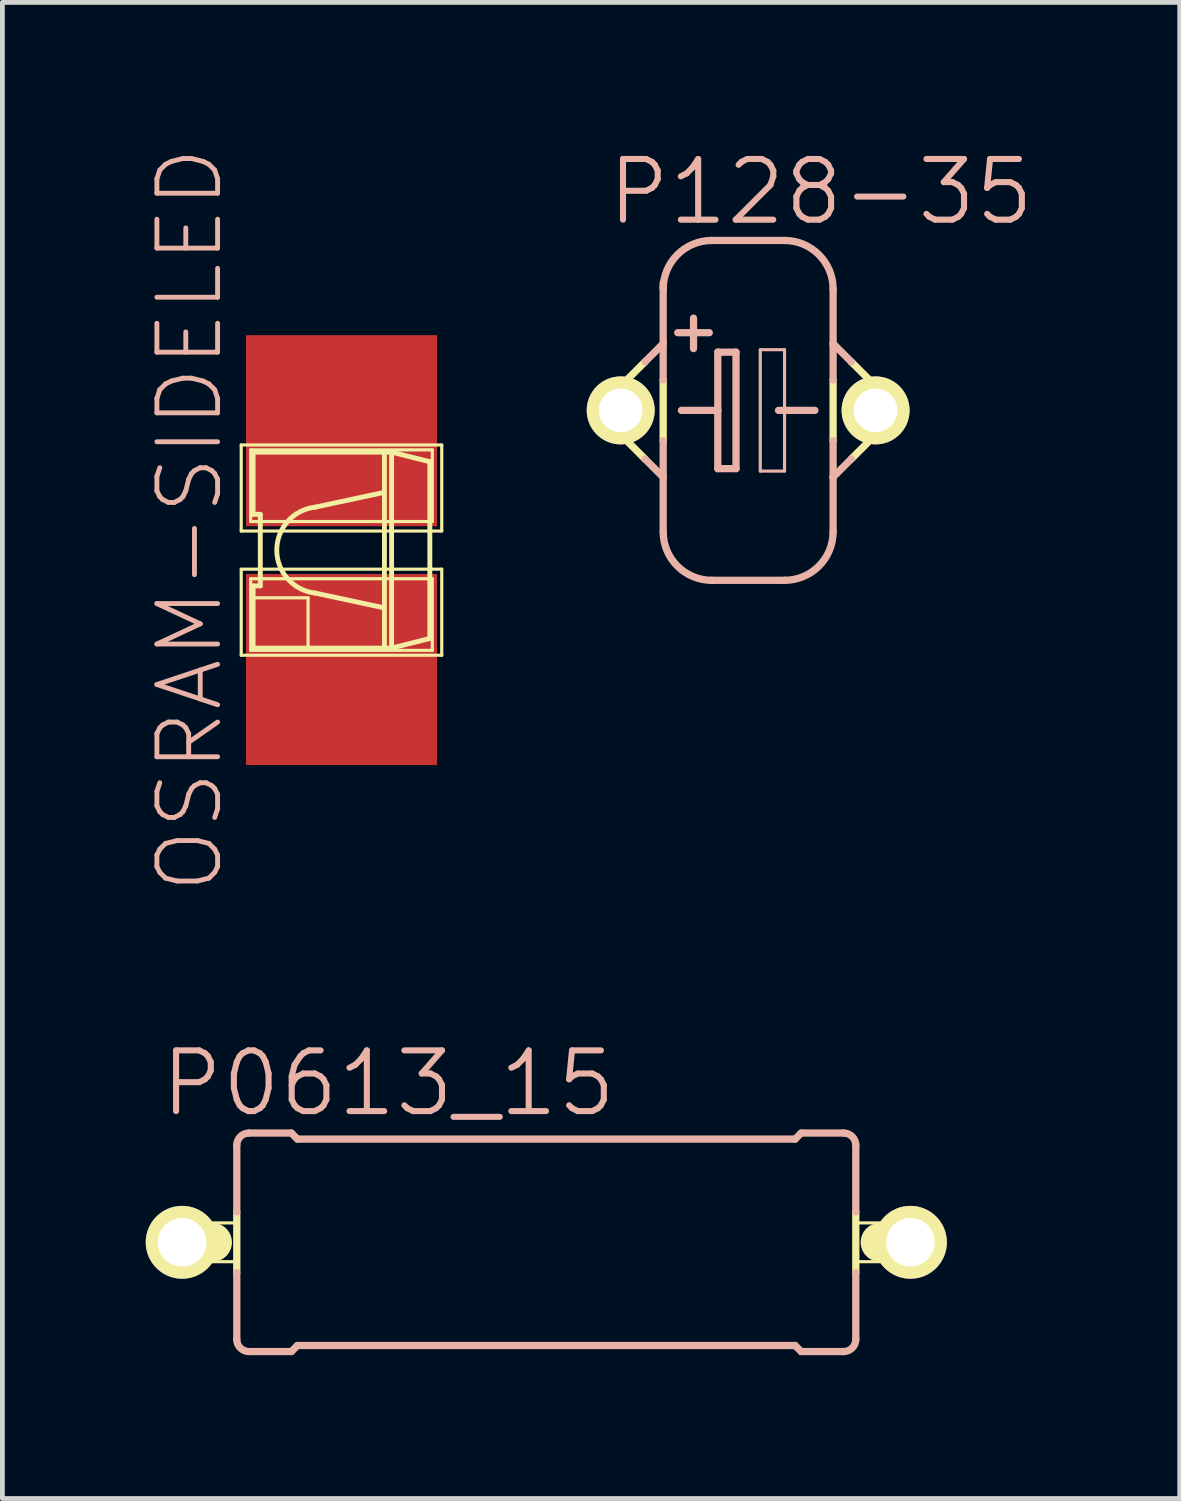
<source format=kicad_pcb>
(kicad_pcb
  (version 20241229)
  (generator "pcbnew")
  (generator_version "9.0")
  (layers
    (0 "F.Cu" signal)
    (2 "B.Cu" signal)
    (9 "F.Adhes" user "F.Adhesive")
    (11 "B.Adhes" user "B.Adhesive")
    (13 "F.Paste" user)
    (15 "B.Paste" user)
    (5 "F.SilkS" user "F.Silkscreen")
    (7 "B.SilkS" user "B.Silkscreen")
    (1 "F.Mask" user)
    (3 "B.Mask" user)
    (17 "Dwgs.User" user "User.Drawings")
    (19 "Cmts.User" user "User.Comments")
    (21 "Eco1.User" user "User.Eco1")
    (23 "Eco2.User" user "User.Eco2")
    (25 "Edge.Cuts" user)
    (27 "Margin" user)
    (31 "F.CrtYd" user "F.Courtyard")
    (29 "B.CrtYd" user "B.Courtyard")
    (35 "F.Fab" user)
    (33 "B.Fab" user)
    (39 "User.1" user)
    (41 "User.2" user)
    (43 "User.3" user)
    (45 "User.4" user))
  (footprint "P0613_15"
    (layer "F.Cu")
    (at 8.382 22.947)
    (property "Reference" "P0613_15" (at -3.302 -3.327 0) (layer "B.SilkS") (effects (font (size 1.27 1.27) (thickness 0.127))))
    (attr exclude_from_pos_files exclude_from_bom)
    (fp_line (start -7.62 0) (end -6.985 0) (stroke (width 0.813) (type solid)) (layer "F.SilkS"))
    (fp_line (start -7.036 -0.406) (end -6.477 -0.406) (stroke (width 0.066) (type solid)) (layer "F.SilkS"))
    (fp_line (start -7.036 0.406) (end -7.036 -0.406) (stroke (width 0.066) (type solid)) (layer "F.SilkS"))
    (fp_line (start -7.036 0.406) (end -6.477 0.406) (stroke (width 0.066) (type solid)) (layer "F.SilkS"))
    (fp_line (start -6.477 -0.635) (end -6.477 0.635) (stroke (width 0.152) (type solid)) (layer "F.SilkS"))
    (fp_line (start -6.477 0.406) (end -6.477 -0.406) (stroke (width 0.066) (type solid)) (layer "F.SilkS"))
    (fp_line (start 6.477 -0.406) (end 7.036 -0.406) (stroke (width 0.066) (type solid)) (layer "F.SilkS"))
    (fp_line (start 6.477 0.406) (end 6.477 -0.406) (stroke (width 0.066) (type solid)) (layer "F.SilkS"))
    (fp_line (start 6.477 0.406) (end 7.036 0.406) (stroke (width 0.066) (type solid)) (layer "F.SilkS"))
    (fp_line (start 6.477 0.635) (end 6.477 -0.635) (stroke (width 0.152) (type solid)) (layer "F.SilkS"))
    (fp_line (start 7.036 0.406) (end 7.036 -0.406) (stroke (width 0.066) (type solid)) (layer "F.SilkS"))
    (fp_line (start 7.62 0) (end 6.985 0) (stroke (width 0.813) (type solid)) (layer "F.SilkS"))
    (fp_line (start -6.477 -0.635) (end -6.477 -2.032) (stroke (width 0.152) (type solid)) (layer "B.SilkS"))
    (fp_line (start -6.477 2.032) (end -6.477 0.635) (stroke (width 0.152) (type solid)) (layer "B.SilkS"))
    (fp_line (start -6.223 -2.286) (end -5.334 -2.286) (stroke (width 0.152) (type solid)) (layer "B.SilkS"))
    (fp_line (start -6.223 2.286) (end -5.334 2.286) (stroke (width 0.152) (type solid)) (layer "B.SilkS"))
    (fp_line (start -5.207 -2.159) (end -5.334 -2.286) (stroke (width 0.152) (type solid)) (layer "B.SilkS"))
    (fp_line (start -5.207 2.159) (end -5.334 2.286) (stroke (width 0.152) (type solid)) (layer "B.SilkS"))
    (fp_line (start 5.207 -2.159) (end -5.207 -2.159) (stroke (width 0.152) (type solid)) (layer "B.SilkS"))
    (fp_line (start 5.207 -2.159) (end 5.334 -2.286) (stroke (width 0.152) (type solid)) (layer "B.SilkS"))
    (fp_line (start 5.207 2.159) (end -5.207 2.159) (stroke (width 0.152) (type solid)) (layer "B.SilkS"))
    (fp_line (start 5.207 2.159) (end 5.334 2.286) (stroke (width 0.152) (type solid)) (layer "B.SilkS"))
    (fp_line (start 6.223 -2.286) (end 5.334 -2.286) (stroke (width 0.152) (type solid)) (layer "B.SilkS"))
    (fp_line (start 6.223 2.286) (end 5.334 2.286) (stroke (width 0.152) (type solid)) (layer "B.SilkS"))
    (fp_line (start 6.477 -2.032) (end 6.477 -0.635) (stroke (width 0.152) (type solid)) (layer "B.SilkS"))
    (fp_line (start 6.477 0.635) (end 6.477 2.032) (stroke (width 0.152) (type solid)) (layer "B.SilkS"))
    (fp_arc (start -6.477 -2.032) (mid -6.402605 -2.211605) (end -6.223 -2.286) (stroke (width 0.1524) (type solid)) (layer "B.SilkS"))
    (fp_arc (start -6.223 2.286) (mid -6.402605 2.211605) (end -6.477 2.032) (stroke (width 0.1524) (type solid)) (layer "B.SilkS"))
    (fp_arc (start 6.223 -2.286) (mid 6.402605 -2.211605) (end 6.477 -2.032) (stroke (width 0.1524) (type solid)) (layer "B.SilkS"))
    (fp_arc (start 6.477 2.032) (mid 6.402605 2.211605) (end 6.223 2.286) (stroke (width 0.1524) (type solid)) (layer "B.SilkS"))
    (pad "1" thru_hole circle (at -7.62 0) (size 1.524 1.524) (drill 1.016) (layers "*.Cu" "F.Mask" "F.SilkS" "F.Paste"))
    (pad "2" thru_hole circle (at 7.62 0) (size 1.524 1.524) (drill 1.016) (layers "*.Cu" "F.Mask" "F.SilkS" "F.Paste")))
  (footprint "P128-35"
    (layer "F.Cu")
    (at 12.606 5.538)
    (property "Reference" "P128-35" (at 1.524 -4.572 0) (layer "B.SilkS") (effects (font (size 1.27 1.27) (thickness 0.127))))
    (attr exclude_from_pos_files exclude_from_bom)
    (fp_line (start -2.667 -0.508) (end -2.159 -1.016) (stroke (width 0.152) (type solid)) (layer "F.SilkS"))
    (fp_line (start -2.159 1.016) (end -2.667 0.508) (stroke (width 0.152) (type solid)) (layer "F.SilkS"))
    (fp_line (start -1.778 -0.635) (end -1.778 0.635) (stroke (width 0.152) (type solid)) (layer "F.SilkS"))
    (fp_line (start 1.778 -0.635) (end 1.778 0.635) (stroke (width 0.152) (type solid)) (layer "F.SilkS"))
    (fp_line (start 2.159 1.016) (end 2.667 0.508) (stroke (width 0.152) (type solid)) (layer "F.SilkS"))
    (fp_line (start 2.667 -0.508) (end 2.159 -1.016) (stroke (width 0.152) (type solid)) (layer "F.SilkS"))
    (fp_arc (start -2.667 0.508) (mid -3.175 0) (end -2.667 -0.508) (stroke (width 0.1524) (type solid)) (layer "F.SilkS"))
    (fp_arc (start 2.667 -0.508) (mid 3.175 0) (end 2.667 0.508) (stroke (width 0.1524) (type solid)) (layer "F.SilkS"))
    (fp_line (start -2.159 -1.016) (end -1.778 -1.397) (stroke (width 0.152) (type solid)) (layer "B.SilkS"))
    (fp_line (start -1.778 -2.667) (end -1.778 -1.397) (stroke (width 0.152) (type solid)) (layer "B.SilkS"))
    (fp_line (start -1.778 -1.397) (end -1.778 -0.635) (stroke (width 0.152) (type solid)) (layer "B.SilkS"))
    (fp_line (start -1.778 0.635) (end -1.778 1.397) (stroke (width 0.152) (type solid)) (layer "B.SilkS"))
    (fp_line (start -1.778 1.397) (end -2.159 1.016) (stroke (width 0.152) (type solid)) (layer "B.SilkS"))
    (fp_line (start -1.778 1.397) (end -1.778 2.54) (stroke (width 0.152) (type solid)) (layer "B.SilkS"))
    (fp_line (start -1.397 0) (end -0.635 0) (stroke (width 0.152) (type solid)) (layer "B.SilkS"))
    (fp_line (start -1.143 -1.93) (end -1.143 -1.293) (stroke (width 0.152) (type solid)) (layer "B.SilkS"))
    (fp_line (start -0.813 -1.626) (end -1.473 -1.626) (stroke (width 0.152) (type solid)) (layer "B.SilkS"))
    (fp_line (start -0.762 3.556) (end 0.762 3.556) (stroke (width 0.152) (type solid)) (layer "B.SilkS"))
    (fp_line (start -0.635 -1.219) (end -0.635 0) (stroke (width 0.152) (type solid)) (layer "B.SilkS"))
    (fp_line (start -0.635 0) (end -0.635 1.219) (stroke (width 0.152) (type solid)) (layer "B.SilkS"))
    (fp_line (start -0.635 1.219) (end -0.254 1.219) (stroke (width 0.152) (type solid)) (layer "B.SilkS"))
    (fp_line (start -0.254 -1.219) (end -0.635 -1.219) (stroke (width 0.152) (type solid)) (layer "B.SilkS"))
    (fp_line (start -0.254 1.219) (end -0.254 -1.219) (stroke (width 0.152) (type solid)) (layer "B.SilkS"))
    (fp_line (start 0.254 -1.27) (end 0.762 -1.27) (stroke (width 0.066) (type solid)) (layer "B.SilkS"))
    (fp_line (start 0.254 1.27) (end 0.254 -1.27) (stroke (width 0.066) (type solid)) (layer "B.SilkS"))
    (fp_line (start 0.254 1.27) (end 0.762 1.27) (stroke (width 0.066) (type solid)) (layer "B.SilkS"))
    (fp_line (start 0.635 0) (end 1.397 0) (stroke (width 0.152) (type solid)) (layer "B.SilkS"))
    (fp_line (start 0.762 -3.556) (end -0.762 -3.556) (stroke (width 0.152) (type solid)) (layer "B.SilkS"))
    (fp_line (start 0.762 1.27) (end 0.762 -1.27) (stroke (width 0.066) (type solid)) (layer "B.SilkS"))
    (fp_line (start 1.778 -2.54) (end 1.778 -1.397) (stroke (width 0.152) (type solid)) (layer "B.SilkS"))
    (fp_line (start 1.778 -1.397) (end 1.778 -0.635) (stroke (width 0.152) (type solid)) (layer "B.SilkS"))
    (fp_line (start 1.778 0.635) (end 1.778 1.397) (stroke (width 0.152) (type solid)) (layer "B.SilkS"))
    (fp_line (start 1.778 1.397) (end 1.778 2.54) (stroke (width 0.152) (type solid)) (layer "B.SilkS"))
    (fp_line (start 1.778 1.397) (end 2.159 1.016) (stroke (width 0.152) (type solid)) (layer "B.SilkS"))
    (fp_line (start 2.159 -1.016) (end 1.778 -1.397) (stroke (width 0.152) (type solid)) (layer "B.SilkS"))
    (fp_arc (start -1.778 -2.54) (mid -1.48042 -3.25842) (end -0.762 -3.556) (stroke (width 0.1524) (type solid)) (layer "B.SilkS"))
    (fp_arc (start -0.762 3.556) (mid -1.48042 3.25842) (end -1.778 2.54) (stroke (width 0.1524) (type solid)) (layer "B.SilkS"))
    (fp_arc (start 0.762 -3.556) (mid 1.48042 -3.25842) (end 1.778 -2.54) (stroke (width 0.1524) (type solid)) (layer "B.SilkS"))
    (fp_arc (start 1.778 2.54) (mid 1.48042 3.25842) (end 0.762 3.556) (stroke (width 0.1524) (type solid)) (layer "B.SilkS"))
    (pad "+" thru_hole circle (at -2.667 0) (size 1.422 1.422) (drill 0.914) (layers "*.Cu" "F.Mask" "F.SilkS" "F.Paste"))
    (pad "-" thru_hole circle (at 2.667 0) (size 1.422 1.422) (drill 0.914) (layers "*.Cu" "F.Mask" "F.SilkS" "F.Paste")))
  (footprint "OSRAM-SIDELED"
    (layer "F.Cu")
    (at 4.096 8.462)
    (property "Reference" "OSRAM-SIDELED" (at -3.175 -0.635 90) (layer "B.SilkS") (effects (font (size 1.27 1.27) (thickness 0.102))))
    (attr smd)
    (fp_line (start -2.098 -2.2) (end 2.098 -2.2) (stroke (width 0.066) (type solid)) (layer "F.SilkS"))
    (fp_line (start -2.098 -0.399) (end -2.098 -2.2) (stroke (width 0.066) (type solid)) (layer "F.SilkS"))
    (fp_line (start -2.098 -0.399) (end 2.098 -0.399) (stroke (width 0.066) (type solid)) (layer "F.SilkS"))
    (fp_line (start -2.098 0.399) (end 2.098 0.399) (stroke (width 0.066) (type solid)) (layer "F.SilkS"))
    (fp_line (start -2.098 2.2) (end -2.098 0.399) (stroke (width 0.066) (type solid)) (layer "F.SilkS"))
    (fp_line (start -2.098 2.2) (end 2.098 2.2) (stroke (width 0.066) (type solid)) (layer "F.SilkS"))
    (fp_line (start -1.9 -2.098) (end 1.9 -2.098) (stroke (width 0.066) (type solid)) (layer "F.SilkS"))
    (fp_line (start -1.9 -0.599) (end -1.9 -2.098) (stroke (width 0.066) (type solid)) (layer "F.SilkS"))
    (fp_line (start -1.9 -0.599) (end 1.9 -0.599) (stroke (width 0.066) (type solid)) (layer "F.SilkS"))
    (fp_line (start -1.9 0.599) (end 1.9 0.599) (stroke (width 0.066) (type solid)) (layer "F.SilkS"))
    (fp_line (start -1.9 2.098) (end -1.9 0.599) (stroke (width 0.066) (type solid)) (layer "F.SilkS"))
    (fp_line (start -1.9 2.098) (end 1.9 2.098) (stroke (width 0.066) (type solid)) (layer "F.SilkS"))
    (fp_line (start -1.849 -2.05) (end 0.899 -2.05) (stroke (width 0.102) (type solid)) (layer "F.SilkS"))
    (fp_line (start -1.849 -0.749) (end -1.849 -2.05) (stroke (width 0.102) (type solid)) (layer "F.SilkS"))
    (fp_line (start -1.849 0.749) (end -1.699 0.749) (stroke (width 0.102) (type solid)) (layer "F.SilkS"))
    (fp_line (start -1.849 0.998) (end -0.699 0.998) (stroke (width 0.066) (type solid)) (layer "F.SilkS"))
    (fp_line (start -1.849 2.05) (end -1.849 0.749) (stroke (width 0.102) (type solid)) (layer "F.SilkS"))
    (fp_line (start -1.849 2.05) (end -1.849 0.998) (stroke (width 0.066) (type solid)) (layer "F.SilkS"))
    (fp_line (start -1.849 2.05) (end -0.699 2.05) (stroke (width 0.066) (type solid)) (layer "F.SilkS"))
    (fp_line (start -1.699 -0.749) (end -1.849 -0.749) (stroke (width 0.102) (type solid)) (layer "F.SilkS"))
    (fp_line (start -1.699 0.749) (end -1.699 -0.749) (stroke (width 0.102) (type solid)) (layer "F.SilkS"))
    (fp_line (start -0.699 2.05) (end -0.699 0.998) (stroke (width 0.066) (type solid)) (layer "F.SilkS"))
    (fp_line (start -0.549 -0.899) (end 0.848 -1.199) (stroke (width 0.102) (type solid)) (layer "F.SilkS"))
    (fp_line (start -0.549 0.899) (end 0.848 1.199) (stroke (width 0.102) (type solid)) (layer "F.SilkS"))
    (fp_line (start 0.899 -2.05) (end 0.899 2.05) (stroke (width 0.102) (type solid)) (layer "F.SilkS"))
    (fp_line (start 0.899 2.05) (end -1.849 2.05) (stroke (width 0.102) (type solid)) (layer "F.SilkS"))
    (fp_line (start 0.899 2.05) (end 1.049 2.05) (stroke (width 0.102) (type solid)) (layer "F.SilkS"))
    (fp_line (start 1.049 -2.05) (end 0.899 -2.05) (stroke (width 0.102) (type solid)) (layer "F.SilkS"))
    (fp_line (start 1.049 -2.05) (end 1.049 2.05) (stroke (width 0.102) (type solid)) (layer "F.SilkS"))
    (fp_line (start 1.049 2.05) (end 1.849 1.849) (stroke (width 0.102) (type solid)) (layer "F.SilkS"))
    (fp_line (start 1.849 -1.849) (end 1.049 -2.05) (stroke (width 0.102) (type solid)) (layer "F.SilkS"))
    (fp_line (start 1.849 1.849) (end 1.849 -1.849) (stroke (width 0.102) (type solid)) (layer "F.SilkS"))
    (fp_line (start 1.9 -0.599) (end 1.9 -2.098) (stroke (width 0.066) (type solid)) (layer "F.SilkS"))
    (fp_line (start 1.9 2.098) (end 1.9 0.599) (stroke (width 0.066) (type solid)) (layer "F.SilkS"))
    (fp_line (start 2.098 -0.399) (end 2.098 -2.2) (stroke (width 0.066) (type solid)) (layer "F.SilkS"))
    (fp_line (start 2.098 2.2) (end 2.098 0.399) (stroke (width 0.066) (type solid)) (layer "F.SilkS"))
    (fp_arc (start -0.54864 0.89916) (mid -1.35418 0.000996) (end -0.55062 -0.89894) (stroke (width 0.1016) (type solid)) (layer "F.SilkS"))
    (pad "A" smd rect (at 0 -2.499) (size 3.998 3.998) (layers "F.Cu" "F.Mask" "F.Paste"))
    (pad "C" smd rect (at 0 2.499) (size 3.998 3.998) (layers "F.Cu" "F.Mask" "F.Paste")))
  (gr_rect
    (start -3 -3)
    (end 21.638 28.309)
    (stroke (width 0.1) (type default))
    (fill no)
    (layer "Edge.Cuts")))
</source>
